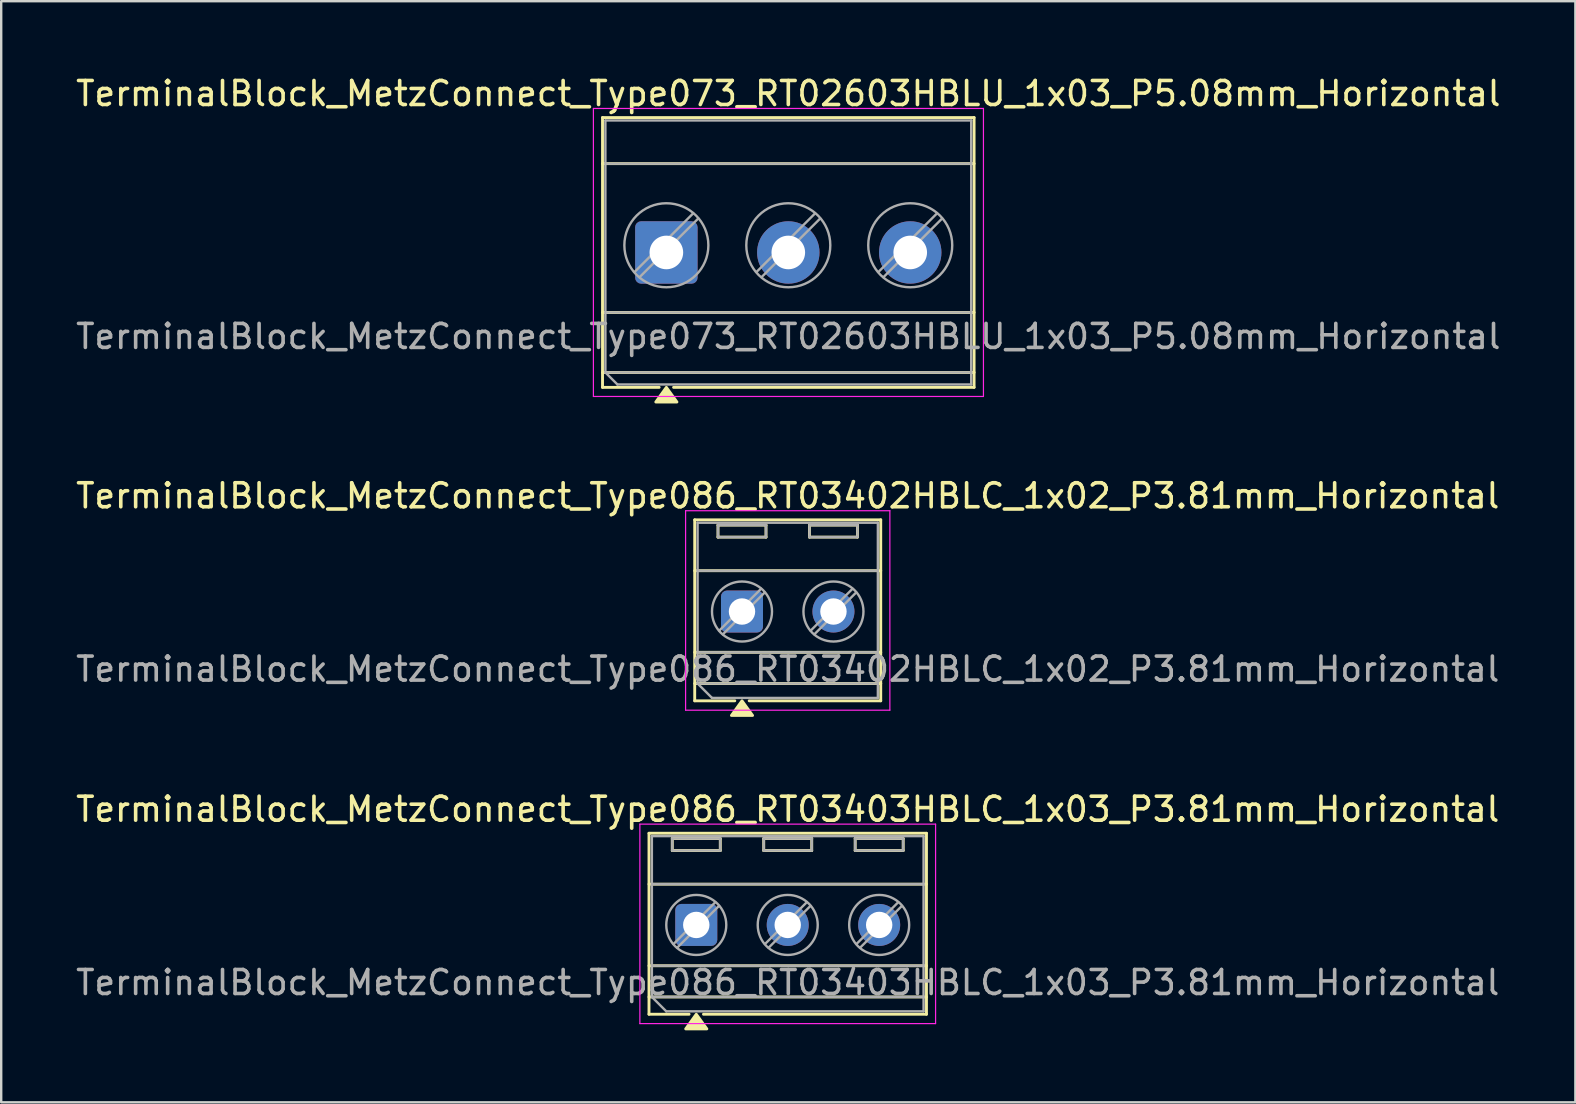
<source format=kicad_pcb>
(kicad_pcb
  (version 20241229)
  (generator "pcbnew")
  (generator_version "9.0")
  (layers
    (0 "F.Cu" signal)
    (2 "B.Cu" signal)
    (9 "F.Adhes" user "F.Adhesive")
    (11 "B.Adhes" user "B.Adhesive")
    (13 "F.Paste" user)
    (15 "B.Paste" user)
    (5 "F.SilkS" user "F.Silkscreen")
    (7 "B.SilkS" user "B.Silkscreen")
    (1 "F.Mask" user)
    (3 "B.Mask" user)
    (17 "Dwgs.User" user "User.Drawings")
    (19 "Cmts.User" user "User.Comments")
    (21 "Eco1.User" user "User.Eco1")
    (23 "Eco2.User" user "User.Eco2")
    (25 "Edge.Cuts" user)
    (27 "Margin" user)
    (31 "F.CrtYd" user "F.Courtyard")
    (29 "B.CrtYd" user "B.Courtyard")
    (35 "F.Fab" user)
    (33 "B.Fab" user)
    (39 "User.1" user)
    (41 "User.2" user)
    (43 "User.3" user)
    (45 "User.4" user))
  (footprint "TerminalBlock_MetzConnect_Type073_RT02603HBLU_1x03_P5.08mm_Horizontal"
    (layer "F.Cu")
    (at 24.712 7.468)
    (property "Reference" "TerminalBlock_MetzConnect_Type073_RT02603HBLU_1x03_P5.08mm_Horizontal" (at 5.08 -6.62 0) (layer "F.SilkS") (effects (font (size 1 1) (thickness 0.15))))
    (attr through_hole)
    (fp_line (start -2.66 -5.62) (end -2.66 5.62) (stroke (width 0.12) (type solid)) (layer "F.SilkS"))
    (fp_line (start -2.66 -5.62) (end 12.82 -5.62) (stroke (width 0.12) (type solid)) (layer "F.SilkS"))
    (fp_line (start -2.66 -3.7) (end 12.82 -3.7) (stroke (width 0.12) (type solid)) (layer "F.SilkS"))
    (fp_line (start -2.66 2.5) (end 12.82 2.5) (stroke (width 0.12) (type solid)) (layer "F.SilkS"))
    (fp_line (start -2.66 5) (end 12.82 5) (stroke (width 0.12) (type solid)) (layer "F.SilkS"))
    (fp_line (start -2.66 5.62) (end -0.3 5.62) (stroke (width 0.12) (type solid)) (layer "F.SilkS"))
    (fp_line (start 0.3 5.62) (end 12.82 5.62) (stroke (width 0.12) (type solid)) (layer "F.SilkS"))
    (fp_line (start 12.82 -5.62) (end 12.82 5.62) (stroke (width 0.12) (type solid)) (layer "F.SilkS"))
    (fp_poly (pts (xy 0 5.62) (xy 0.44 6.23) (xy -0.44 6.23)) (stroke (width 0.12) (type solid)) (fill yes) (layer "F.SilkS"))
    (fp_line (start -3.04 -6) (end -3.04 6) (stroke (width 0.05) (type solid)) (layer "F.CrtYd"))
    (fp_line (start -3.04 6) (end 13.21 6) (stroke (width 0.05) (type solid)) (layer "F.CrtYd"))
    (fp_line (start 13.21 -6) (end -3.04 -6) (stroke (width 0.05) (type solid)) (layer "F.CrtYd"))
    (fp_line (start 13.21 6) (end 13.21 -6) (stroke (width 0.05) (type solid)) (layer "F.CrtYd"))
    (fp_line (start -2.54 -5.5) (end 12.7 -5.5) (stroke (width 0.1) (type solid)) (layer "F.Fab"))
    (fp_line (start -2.54 -3.7) (end 12.7 -3.7) (stroke (width 0.1) (type solid)) (layer "F.Fab"))
    (fp_line (start -2.54 2.5) (end 12.7 2.5) (stroke (width 0.1) (type solid)) (layer "F.Fab"))
    (fp_line (start -2.54 5) (end -2.54 -5.5) (stroke (width 0.1) (type solid)) (layer "F.Fab"))
    (fp_line (start -2.54 5) (end 12.7 5) (stroke (width 0.1) (type solid)) (layer "F.Fab"))
    (fp_line (start -2.04 5.5) (end -2.54 5) (stroke (width 0.1) (type solid)) (layer "F.Fab"))
    (fp_line (start 1.114 -1.627) (end -1.327 0.814) (stroke (width 0.1) (type solid)) (layer "F.Fab"))
    (fp_line (start 1.327 -1.414) (end -1.114 1.027) (stroke (width 0.1) (type solid)) (layer "F.Fab"))
    (fp_line (start 6.194 -1.627) (end 3.753 0.814) (stroke (width 0.1) (type solid)) (layer "F.Fab"))
    (fp_line (start 6.407 -1.414) (end 3.966 1.027) (stroke (width 0.1) (type solid)) (layer "F.Fab"))
    (fp_line (start 11.274 -1.627) (end 8.833 0.814) (stroke (width 0.1) (type solid)) (layer "F.Fab"))
    (fp_line (start 11.487 -1.414) (end 9.046 1.027) (stroke (width 0.1) (type solid)) (layer "F.Fab"))
    (fp_line (start 12.7 -5.5) (end 12.7 5.5) (stroke (width 0.1) (type solid)) (layer "F.Fab"))
    (fp_line (start 12.7 5.5) (end -2.04 5.5) (stroke (width 0.1) (type solid)) (layer "F.Fab"))
    (fp_circle (center 0 -0.3) (end 1.75 -0.3) (stroke (width 0.1) (type solid)) (fill no) (layer "F.Fab"))
    (fp_circle (center 5.08 -0.3) (end 6.83 -0.3) (stroke (width 0.1) (type solid)) (fill no) (layer "F.Fab"))
    (fp_circle (center 10.16 -0.3) (end 11.91 -0.3) (stroke (width 0.1) (type solid)) (fill no) (layer "F.Fab"))
    (fp_text user "${REFERENCE}" (at 5.08 3.5 0) (layer "F.Fab") (effects (font (size 1 1) (thickness 0.15))))
    (pad "1" thru_hole roundrect (at 0 0) (size 2.6 2.6) (drill 1.4) (layers "*.Cu" "*.Mask") (roundrect_rratio 0.096))
    (pad "2" thru_hole circle (at 5.08 0) (size 2.6 2.6) (drill 1.4) (layers "*.Cu" "*.Mask"))
    (pad "3" thru_hole circle (at 10.16 0) (size 2.6 2.6) (drill 1.4) (layers "*.Cu" "*.Mask")))
  (footprint "TerminalBlock_MetzConnect_Type086_RT03403HBLC_1x03_P3.81mm_Horizontal"
    (layer "F.Cu")
    (at 25.958 35.485)
    (property "Reference" "TerminalBlock_MetzConnect_Type086_RT03403HBLC_1x03_P3.81mm_Horizontal" (at 3.81 -4.82 0) (layer "F.SilkS") (effects (font (size 1 1) (thickness 0.15))))
    (attr through_hole)
    (fp_line (start -1.97 -3.82) (end -1.97 3.72) (stroke (width 0.12) (type solid)) (layer "F.SilkS"))
    (fp_line (start -1.97 -3.82) (end 9.59 -3.82) (stroke (width 0.12) (type solid)) (layer "F.SilkS"))
    (fp_line (start -1.97 -1.7) (end 9.59 -1.7) (stroke (width 0.12) (type solid)) (layer "F.SilkS"))
    (fp_line (start -1.97 1.7) (end 9.59 1.7) (stroke (width 0.12) (type solid)) (layer "F.SilkS"))
    (fp_line (start -1.97 3) (end 9.59 3) (stroke (width 0.12) (type solid)) (layer "F.SilkS"))
    (fp_line (start -1.97 3.72) (end -0.3 3.72) (stroke (width 0.12) (type solid)) (layer "F.SilkS"))
    (fp_line (start -1 -3.6) (end -1 -3.1) (stroke (width 0.12) (type solid)) (layer "F.SilkS"))
    (fp_line (start -1 -3.6) (end 1 -3.6) (stroke (width 0.12) (type solid)) (layer "F.SilkS"))
    (fp_line (start -1 -3.1) (end 1 -3.1) (stroke (width 0.12) (type solid)) (layer "F.SilkS"))
    (fp_line (start 0.3 3.72) (end 9.59 3.72) (stroke (width 0.12) (type solid)) (layer "F.SilkS"))
    (fp_line (start 1 -3.6) (end 1 -3.1) (stroke (width 0.12) (type solid)) (layer "F.SilkS"))
    (fp_line (start 2.81 -3.6) (end 2.81 -3.1) (stroke (width 0.12) (type solid)) (layer "F.SilkS"))
    (fp_line (start 2.81 -3.6) (end 4.81 -3.6) (stroke (width 0.12) (type solid)) (layer "F.SilkS"))
    (fp_line (start 2.81 -3.1) (end 4.81 -3.1) (stroke (width 0.12) (type solid)) (layer "F.SilkS"))
    (fp_line (start 4.81 -3.6) (end 4.81 -3.1) (stroke (width 0.12) (type solid)) (layer "F.SilkS"))
    (fp_line (start 6.62 -3.6) (end 6.62 -3.1) (stroke (width 0.12) (type solid)) (layer "F.SilkS"))
    (fp_line (start 6.62 -3.6) (end 8.62 -3.6) (stroke (width 0.12) (type solid)) (layer "F.SilkS"))
    (fp_line (start 6.62 -3.1) (end 8.62 -3.1) (stroke (width 0.12) (type solid)) (layer "F.SilkS"))
    (fp_line (start 8.62 -3.6) (end 8.62 -3.1) (stroke (width 0.12) (type solid)) (layer "F.SilkS"))
    (fp_line (start 9.59 -3.82) (end 9.59 3.72) (stroke (width 0.12) (type solid)) (layer "F.SilkS"))
    (fp_poly (pts (xy 0 3.72) (xy 0.44 4.33) (xy -0.44 4.33)) (stroke (width 0.12) (type solid)) (fill yes) (layer "F.SilkS"))
    (fp_line (start -2.35 -4.2) (end -2.35 4.11) (stroke (width 0.05) (type solid)) (layer "F.CrtYd"))
    (fp_line (start -2.35 4.11) (end 9.97 4.11) (stroke (width 0.05) (type solid)) (layer "F.CrtYd"))
    (fp_line (start 9.97 -4.2) (end -2.35 -4.2) (stroke (width 0.05) (type solid)) (layer "F.CrtYd"))
    (fp_line (start 9.97 4.11) (end 9.97 -4.2) (stroke (width 0.05) (type solid)) (layer "F.CrtYd"))
    (fp_line (start -1.85 -3.7) (end 9.47 -3.7) (stroke (width 0.1) (type solid)) (layer "F.Fab"))
    (fp_line (start -1.85 -1.7) (end 9.47 -1.7) (stroke (width 0.1) (type solid)) (layer "F.Fab"))
    (fp_line (start -1.85 1.7) (end 9.47 1.7) (stroke (width 0.1) (type solid)) (layer "F.Fab"))
    (fp_line (start -1.85 3) (end -1.85 -3.7) (stroke (width 0.1) (type solid)) (layer "F.Fab"))
    (fp_line (start -1.85 3) (end 9.47 3) (stroke (width 0.1) (type solid)) (layer "F.Fab"))
    (fp_line (start -1.25 3.6) (end -1.85 3) (stroke (width 0.1) (type solid)) (layer "F.Fab"))
    (fp_line (start -1 -3.6) (end -1 -3.1) (stroke (width 0.1) (type solid)) (layer "F.Fab"))
    (fp_line (start -1 -3.1) (end 1 -3.1) (stroke (width 0.1) (type solid)) (layer "F.Fab"))
    (fp_line (start 0.795 -0.948) (end -0.948 0.795) (stroke (width 0.1) (type solid)) (layer "F.Fab"))
    (fp_line (start 0.948 -0.795) (end -0.795 0.948) (stroke (width 0.1) (type solid)) (layer "F.Fab"))
    (fp_line (start 1 -3.6) (end -1 -3.6) (stroke (width 0.1) (type solid)) (layer "F.Fab"))
    (fp_line (start 1 -3.1) (end 1 -3.6) (stroke (width 0.1) (type solid)) (layer "F.Fab"))
    (fp_line (start 2.81 -3.6) (end 2.81 -3.1) (stroke (width 0.1) (type solid)) (layer "F.Fab"))
    (fp_line (start 2.81 -3.1) (end 4.81 -3.1) (stroke (width 0.1) (type solid)) (layer "F.Fab"))
    (fp_line (start 4.605 -0.948) (end 2.862 0.795) (stroke (width 0.1) (type solid)) (layer "F.Fab"))
    (fp_line (start 4.758 -0.795) (end 3.015 0.948) (stroke (width 0.1) (type solid)) (layer "F.Fab"))
    (fp_line (start 4.81 -3.6) (end 2.81 -3.6) (stroke (width 0.1) (type solid)) (layer "F.Fab"))
    (fp_line (start 4.81 -3.1) (end 4.81 -3.6) (stroke (width 0.1) (type solid)) (layer "F.Fab"))
    (fp_line (start 6.62 -3.6) (end 6.62 -3.1) (stroke (width 0.1) (type solid)) (layer "F.Fab"))
    (fp_line (start 6.62 -3.1) (end 8.62 -3.1) (stroke (width 0.1) (type solid)) (layer "F.Fab"))
    (fp_line (start 8.415 -0.948) (end 6.672 0.795) (stroke (width 0.1) (type solid)) (layer "F.Fab"))
    (fp_line (start 8.568 -0.795) (end 6.825 0.948) (stroke (width 0.1) (type solid)) (layer "F.Fab"))
    (fp_line (start 8.62 -3.6) (end 6.62 -3.6) (stroke (width 0.1) (type solid)) (layer "F.Fab"))
    (fp_line (start 8.62 -3.1) (end 8.62 -3.6) (stroke (width 0.1) (type solid)) (layer "F.Fab"))
    (fp_line (start 9.47 -3.7) (end 9.47 3.6) (stroke (width 0.1) (type solid)) (layer "F.Fab"))
    (fp_line (start 9.47 3.6) (end -1.25 3.6) (stroke (width 0.1) (type solid)) (layer "F.Fab"))
    (fp_circle (center 0 0) (end 1.25 0) (stroke (width 0.1) (type solid)) (fill no) (layer "F.Fab"))
    (fp_circle (center 3.81 0) (end 5.06 0) (stroke (width 0.1) (type solid)) (fill no) (layer "F.Fab"))
    (fp_circle (center 7.62 0) (end 8.87 0) (stroke (width 0.1) (type solid)) (fill no) (layer "F.Fab"))
    (fp_text user "${REFERENCE}" (at 3.81 2.4 0) (layer "F.Fab") (effects (font (size 1 1) (thickness 0.15))))
    (pad "1" thru_hole roundrect (at 0 0) (size 1.75 1.75) (drill 1.1) (layers "*.Cu" "*.Mask") (roundrect_rratio 0.143))
    (pad "2" thru_hole circle (at 3.81 0) (size 1.75 1.75) (drill 1.1) (layers "*.Cu" "*.Mask"))
    (pad "3" thru_hole circle (at 7.62 0) (size 1.75 1.75) (drill 1.1) (layers "*.Cu" "*.Mask")))
  (footprint "TerminalBlock_MetzConnect_Type086_RT03402HBLC_1x02_P3.81mm_Horizontal"
    (layer "F.Cu")
    (at 27.863 22.427)
    (property "Reference" "TerminalBlock_MetzConnect_Type086_RT03402HBLC_1x02_P3.81mm_Horizontal" (at 1.905 -4.82 0) (layer "F.SilkS") (effects (font (size 1 1) (thickness 0.15))))
    (attr through_hole)
    (fp_line (start -1.97 -3.82) (end -1.97 3.72) (stroke (width 0.12) (type solid)) (layer "F.SilkS"))
    (fp_line (start -1.97 -3.82) (end 5.78 -3.82) (stroke (width 0.12) (type solid)) (layer "F.SilkS"))
    (fp_line (start -1.97 -1.7) (end 5.78 -1.7) (stroke (width 0.12) (type solid)) (layer "F.SilkS"))
    (fp_line (start -1.97 1.7) (end 5.78 1.7) (stroke (width 0.12) (type solid)) (layer "F.SilkS"))
    (fp_line (start -1.97 3) (end 5.78 3) (stroke (width 0.12) (type solid)) (layer "F.SilkS"))
    (fp_line (start -1.97 3.72) (end -0.3 3.72) (stroke (width 0.12) (type solid)) (layer "F.SilkS"))
    (fp_line (start -1 -3.6) (end -1 -3.1) (stroke (width 0.12) (type solid)) (layer "F.SilkS"))
    (fp_line (start -1 -3.6) (end 1 -3.6) (stroke (width 0.12) (type solid)) (layer "F.SilkS"))
    (fp_line (start -1 -3.1) (end 1 -3.1) (stroke (width 0.12) (type solid)) (layer "F.SilkS"))
    (fp_line (start 0.3 3.72) (end 5.78 3.72) (stroke (width 0.12) (type solid)) (layer "F.SilkS"))
    (fp_line (start 1 -3.6) (end 1 -3.1) (stroke (width 0.12) (type solid)) (layer "F.SilkS"))
    (fp_line (start 2.81 -3.6) (end 2.81 -3.1) (stroke (width 0.12) (type solid)) (layer "F.SilkS"))
    (fp_line (start 2.81 -3.6) (end 4.81 -3.6) (stroke (width 0.12) (type solid)) (layer "F.SilkS"))
    (fp_line (start 2.81 -3.1) (end 4.81 -3.1) (stroke (width 0.12) (type solid)) (layer "F.SilkS"))
    (fp_line (start 4.81 -3.6) (end 4.81 -3.1) (stroke (width 0.12) (type solid)) (layer "F.SilkS"))
    (fp_line (start 5.78 -3.82) (end 5.78 3.72) (stroke (width 0.12) (type solid)) (layer "F.SilkS"))
    (fp_poly (pts (xy 0 3.72) (xy 0.44 4.33) (xy -0.44 4.33)) (stroke (width 0.12) (type solid)) (fill yes) (layer "F.SilkS"))
    (fp_line (start -2.35 -4.2) (end -2.35 4.11) (stroke (width 0.05) (type solid)) (layer "F.CrtYd"))
    (fp_line (start -2.35 4.11) (end 6.16 4.11) (stroke (width 0.05) (type solid)) (layer "F.CrtYd"))
    (fp_line (start 6.16 -4.2) (end -2.35 -4.2) (stroke (width 0.05) (type solid)) (layer "F.CrtYd"))
    (fp_line (start 6.16 4.11) (end 6.16 -4.2) (stroke (width 0.05) (type solid)) (layer "F.CrtYd"))
    (fp_line (start -1.85 -3.7) (end 5.66 -3.7) (stroke (width 0.1) (type solid)) (layer "F.Fab"))
    (fp_line (start -1.85 -1.7) (end 5.66 -1.7) (stroke (width 0.1) (type solid)) (layer "F.Fab"))
    (fp_line (start -1.85 1.7) (end 5.66 1.7) (stroke (width 0.1) (type solid)) (layer "F.Fab"))
    (fp_line (start -1.85 3) (end -1.85 -3.7) (stroke (width 0.1) (type solid)) (layer "F.Fab"))
    (fp_line (start -1.85 3) (end 5.66 3) (stroke (width 0.1) (type solid)) (layer "F.Fab"))
    (fp_line (start -1.25 3.6) (end -1.85 3) (stroke (width 0.1) (type solid)) (layer "F.Fab"))
    (fp_line (start -1 -3.6) (end -1 -3.1) (stroke (width 0.1) (type solid)) (layer "F.Fab"))
    (fp_line (start -1 -3.1) (end 1 -3.1) (stroke (width 0.1) (type solid)) (layer "F.Fab"))
    (fp_line (start 0.795 -0.948) (end -0.948 0.795) (stroke (width 0.1) (type solid)) (layer "F.Fab"))
    (fp_line (start 0.948 -0.795) (end -0.795 0.948) (stroke (width 0.1) (type solid)) (layer "F.Fab"))
    (fp_line (start 1 -3.6) (end -1 -3.6) (stroke (width 0.1) (type solid)) (layer "F.Fab"))
    (fp_line (start 1 -3.1) (end 1 -3.6) (stroke (width 0.1) (type solid)) (layer "F.Fab"))
    (fp_line (start 2.81 -3.6) (end 2.81 -3.1) (stroke (width 0.1) (type solid)) (layer "F.Fab"))
    (fp_line (start 2.81 -3.1) (end 4.81 -3.1) (stroke (width 0.1) (type solid)) (layer "F.Fab"))
    (fp_line (start 4.605 -0.948) (end 2.862 0.795) (stroke (width 0.1) (type solid)) (layer "F.Fab"))
    (fp_line (start 4.758 -0.795) (end 3.015 0.948) (stroke (width 0.1) (type solid)) (layer "F.Fab"))
    (fp_line (start 4.81 -3.6) (end 2.81 -3.6) (stroke (width 0.1) (type solid)) (layer "F.Fab"))
    (fp_line (start 4.81 -3.1) (end 4.81 -3.6) (stroke (width 0.1) (type solid)) (layer "F.Fab"))
    (fp_line (start 5.66 -3.7) (end 5.66 3.6) (stroke (width 0.1) (type solid)) (layer "F.Fab"))
    (fp_line (start 5.66 3.6) (end -1.25 3.6) (stroke (width 0.1) (type solid)) (layer "F.Fab"))
    (fp_circle (center 0 0) (end 1.25 0) (stroke (width 0.1) (type solid)) (fill no) (layer "F.Fab"))
    (fp_circle (center 3.81 0) (end 5.06 0) (stroke (width 0.1) (type solid)) (fill no) (layer "F.Fab"))
    (fp_text user "${REFERENCE}" (at 1.905 2.4 0) (layer "F.Fab") (effects (font (size 1 1) (thickness 0.15))))
    (pad "1" thru_hole roundrect (at 0 0) (size 1.75 1.75) (drill 1.1) (layers "*.Cu" "*.Mask") (roundrect_rratio 0.143))
    (pad "2" thru_hole circle (at 3.81 0) (size 1.75 1.75) (drill 1.1) (layers "*.Cu" "*.Mask")))
  (gr_rect
    (start -3 -3)
    (end 62.583 42.875)
    (stroke (width 0.1) (type default))
    (fill no)
    (layer "Edge.Cuts")))
</source>
